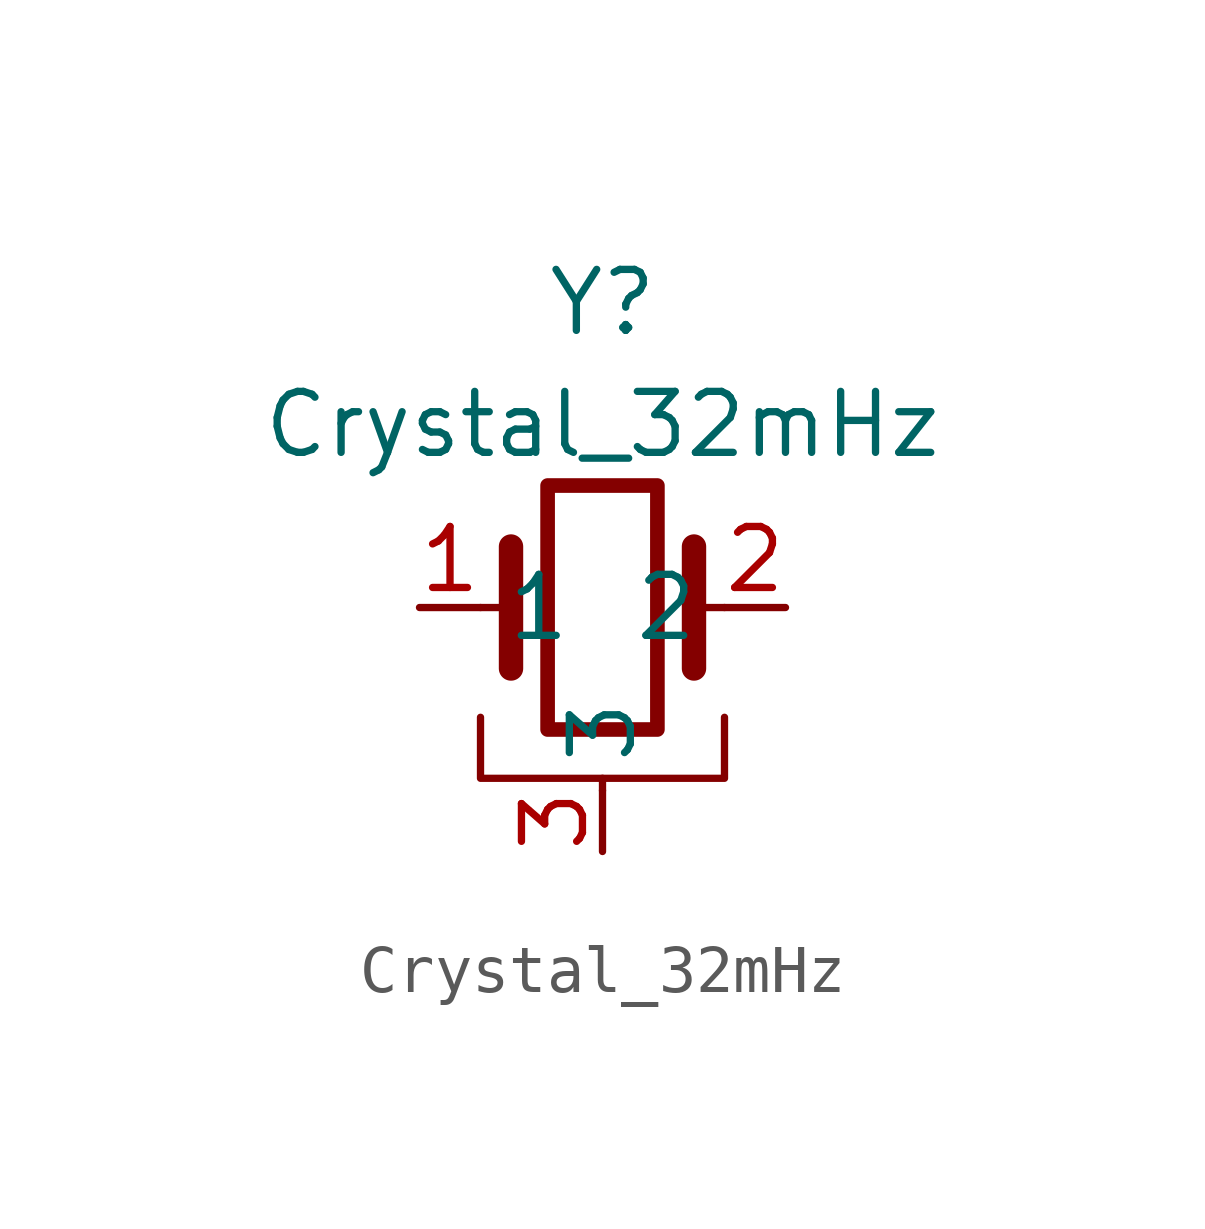
<source format=kicad_sym>
(kicad_symbol_lib
  (version 20220914)
  (generator kicad_symbol_editor)
  (symbol "Crystal_32mHz"
    (property "Reference" "Y"
      (at 0 6.35 0)
      (effects (font (size 1.27 1.27))))
    (property "Value" "Crystal_32mHz"
      (at 0 3.81 0)
      (effects (font (size 1.27 1.27))))
    (symbol "Crystal_32mHz_0_1"
      (rectangle (start -1.143 2.54) (end 1.143 -2.54) (stroke (width 0.305) (type default)) (fill (type none)))
      (polyline (pts (xy -2.54 0) (xy -1.905 0)) (stroke (width 0) (type default)) (fill (type none)))
      (polyline (pts (xy -1.905 -1.27) (xy -1.905 1.27)) (stroke (width 0.508) (type default)) (fill (type none)))
      (polyline (pts (xy 0 -3.81) (xy 0 -3.556)) (stroke (width 0) (type default)) (fill (type none)))
      (polyline (pts (xy 1.905 0) (xy 2.54 0)) (stroke (width 0) (type default)) (fill (type none)))
      (polyline (pts (xy 1.905 1.27) (xy 1.905 -1.27)) (stroke (width 0.508) (type default)) (fill (type none)))
      (polyline (pts (xy -2.54 -2.286) (xy -2.54 -3.556) (xy 2.54 -3.556) (xy 2.54 -2.286)) (stroke (width 0) (type default)) (fill (type none))))
    (symbol "Crystal_32mHz_1_1"
      (pin passive line (at -3.81 0 0) (length 1.27) (name "1" (effects (font (size 1.27 1.27)))) (number "1" (effects (font (size 1.27 1.27)))))
      (pin passive line (at 3.81 0 180) (length 1.27) (name "2" (effects (font (size 1.27 1.27)))) (number "2" (effects (font (size 1.27 1.27)))))
      (pin passive line (at 0 -5.08 90) (length 1.27) (name "3" (effects (font (size 1.27 1.27)))) (number "3" (effects (font (size 1.27 1.27))))))))
</source>
